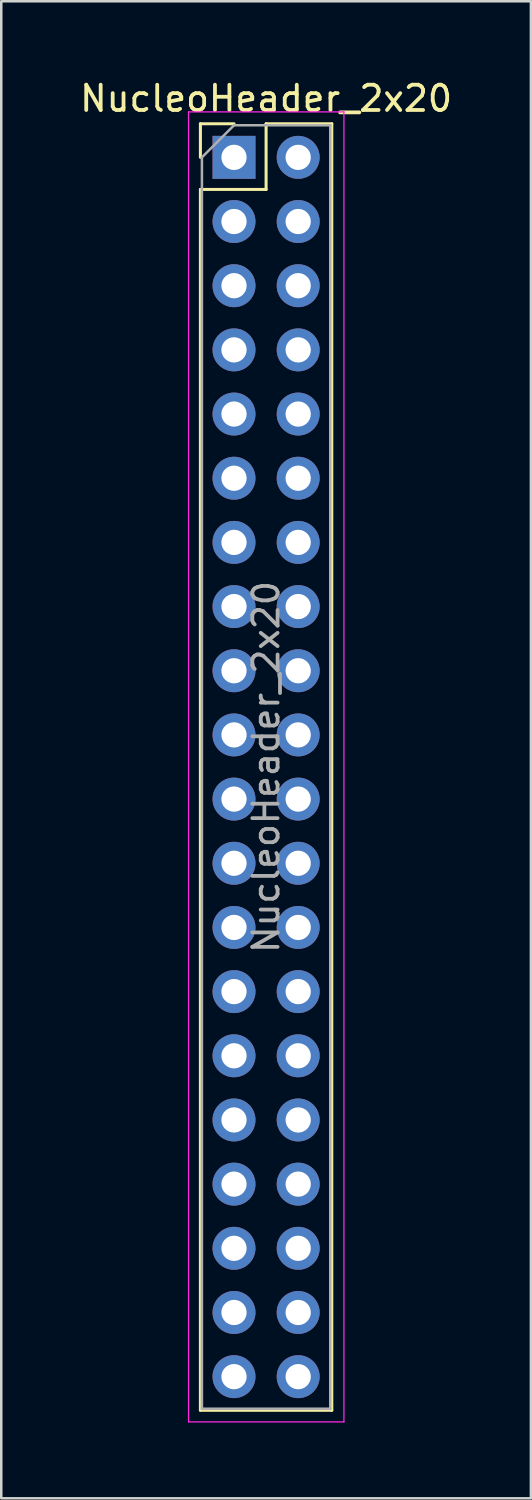
<source format=kicad_pcb>
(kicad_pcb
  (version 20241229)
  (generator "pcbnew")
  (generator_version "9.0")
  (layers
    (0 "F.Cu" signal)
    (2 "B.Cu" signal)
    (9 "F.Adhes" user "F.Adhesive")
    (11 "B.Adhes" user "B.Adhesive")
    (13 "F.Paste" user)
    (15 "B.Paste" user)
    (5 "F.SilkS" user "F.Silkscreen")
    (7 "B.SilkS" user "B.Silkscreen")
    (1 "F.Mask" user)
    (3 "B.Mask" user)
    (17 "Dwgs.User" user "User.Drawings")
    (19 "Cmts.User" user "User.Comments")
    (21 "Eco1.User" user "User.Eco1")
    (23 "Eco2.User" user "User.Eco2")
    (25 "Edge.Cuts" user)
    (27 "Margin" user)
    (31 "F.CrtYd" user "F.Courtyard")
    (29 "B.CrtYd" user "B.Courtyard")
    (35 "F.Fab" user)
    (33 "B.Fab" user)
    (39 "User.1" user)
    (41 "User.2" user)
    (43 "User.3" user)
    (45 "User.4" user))
  (footprint "NucleoHeader_2x20"
    (layer "F.Cu")
    (at 6.212 3.178)
    (property "Reference" "NucleoHeader_2x20" (at 1.27 -2.33 0) (layer "F.SilkS") (effects (font (size 1 1) (thickness 0.15))))
    (attr through_hole)
    (fp_line (start -1.33 -1.33) (end 0 -1.33) (stroke (width 0.12) (type solid)) (layer "F.SilkS"))
    (fp_line (start -1.33 0) (end -1.33 -1.33) (stroke (width 0.12) (type solid)) (layer "F.SilkS"))
    (fp_line (start -1.33 1.27) (end -1.33 49.59) (stroke (width 0.12) (type solid)) (layer "F.SilkS"))
    (fp_line (start -1.33 1.27) (end 1.27 1.27) (stroke (width 0.12) (type solid)) (layer "F.SilkS"))
    (fp_line (start -1.33 49.59) (end 3.87 49.59) (stroke (width 0.12) (type solid)) (layer "F.SilkS"))
    (fp_line (start 1.27 -1.33) (end 3.87 -1.33) (stroke (width 0.12) (type solid)) (layer "F.SilkS"))
    (fp_line (start 1.27 1.27) (end 1.27 -1.33) (stroke (width 0.12) (type solid)) (layer "F.SilkS"))
    (fp_line (start 3.87 -1.33) (end 3.87 49.59) (stroke (width 0.12) (type solid)) (layer "F.SilkS"))
    (fp_line (start -1.8 -1.8) (end -1.8 50.05) (stroke (width 0.05) (type solid)) (layer "F.CrtYd"))
    (fp_line (start -1.8 50.05) (end 4.35 50.05) (stroke (width 0.05) (type solid)) (layer "F.CrtYd"))
    (fp_line (start 4.35 -1.8) (end -1.8 -1.8) (stroke (width 0.05) (type solid)) (layer "F.CrtYd"))
    (fp_line (start 4.35 50.05) (end 4.35 -1.8) (stroke (width 0.05) (type solid)) (layer "F.CrtYd"))
    (fp_line (start -1.27 0) (end 0 -1.27) (stroke (width 0.1) (type solid)) (layer "F.Fab"))
    (fp_line (start -1.27 49.53) (end -1.27 0) (stroke (width 0.1) (type solid)) (layer "F.Fab"))
    (fp_line (start 0 -1.27) (end 3.81 -1.27) (stroke (width 0.1) (type solid)) (layer "F.Fab"))
    (fp_line (start 3.81 -1.27) (end 3.81 49.53) (stroke (width 0.1) (type solid)) (layer "F.Fab"))
    (fp_line (start 3.81 49.53) (end -1.27 49.53) (stroke (width 0.1) (type solid)) (layer "F.Fab"))
    (fp_text user "${REFERENCE}" (at 1.27 24.13 90) (layer "F.Fab") (effects (font (size 1 1) (thickness 0.15))))
    (pad "1" thru_hole rect (at 0 0) (size 1.7 1.7) (drill 1) (layers "*.Cu" "*.Mask"))
    (pad "2" thru_hole oval (at 0 2.54) (size 1.7 1.7) (drill 1) (layers "*.Cu" "*.Mask"))
    (pad "3" thru_hole oval (at 0 5.08) (size 1.7 1.7) (drill 1) (layers "*.Cu" "*.Mask"))
    (pad "4" thru_hole oval (at 0 7.62) (size 1.7 1.7) (drill 1) (layers "*.Cu" "*.Mask"))
    (pad "5" thru_hole oval (at 0 10.16) (size 1.7 1.7) (drill 1) (layers "*.Cu" "*.Mask"))
    (pad "6" thru_hole oval (at 0 12.7) (size 1.7 1.7) (drill 1) (layers "*.Cu" "*.Mask"))
    (pad "7" thru_hole oval (at 0 15.24) (size 1.7 1.7) (drill 1) (layers "*.Cu" "*.Mask"))
    (pad "8" thru_hole oval (at 0 17.78) (size 1.7 1.7) (drill 1) (layers "*.Cu" "*.Mask"))
    (pad "9" thru_hole oval (at 0 20.32) (size 1.7 1.7) (drill 1) (layers "*.Cu" "*.Mask"))
    (pad "10" thru_hole oval (at 0 22.86) (size 1.7 1.7) (drill 1) (layers "*.Cu" "*.Mask"))
    (pad "11" thru_hole oval (at 0 25.4) (size 1.7 1.7) (drill 1) (layers "*.Cu" "*.Mask"))
    (pad "12" thru_hole oval (at 0 27.94) (size 1.7 1.7) (drill 1) (layers "*.Cu" "*.Mask"))
    (pad "13" thru_hole oval (at 0 30.48) (size 1.7 1.7) (drill 1) (layers "*.Cu" "*.Mask"))
    (pad "14" thru_hole oval (at 0 33.02) (size 1.7 1.7) (drill 1) (layers "*.Cu" "*.Mask"))
    (pad "15" thru_hole oval (at 0 35.56) (size 1.7 1.7) (drill 1) (layers "*.Cu" "*.Mask"))
    (pad "16" thru_hole oval (at 0 38.1) (size 1.7 1.7) (drill 1) (layers "*.Cu" "*.Mask"))
    (pad "17" thru_hole oval (at 0 40.64) (size 1.7 1.7) (drill 1) (layers "*.Cu" "*.Mask"))
    (pad "18" thru_hole oval (at 0 43.18) (size 1.7 1.7) (drill 1) (layers "*.Cu" "*.Mask"))
    (pad "19" thru_hole oval (at 0 45.72) (size 1.7 1.7) (drill 1) (layers "*.Cu" "*.Mask"))
    (pad "20" thru_hole oval (at 0 48.26) (size 1.7 1.7) (drill 1) (layers "*.Cu" "*.Mask"))
    (pad "21" thru_hole oval (at 2.54 48.26) (size 1.7 1.7) (drill 1) (layers "*.Cu" "*.Mask"))
    (pad "22" thru_hole oval (at 2.54 45.72) (size 1.7 1.7) (drill 1) (layers "*.Cu" "*.Mask"))
    (pad "23" thru_hole oval (at 2.54 43.18) (size 1.7 1.7) (drill 1) (layers "*.Cu" "*.Mask"))
    (pad "24" thru_hole oval (at 2.54 40.64) (size 1.7 1.7) (drill 1) (layers "*.Cu" "*.Mask"))
    (pad "25" thru_hole oval (at 2.54 38.1) (size 1.7 1.7) (drill 1) (layers "*.Cu" "*.Mask"))
    (pad "26" thru_hole oval (at 2.54 35.56) (size 1.7 1.7) (drill 1) (layers "*.Cu" "*.Mask"))
    (pad "27" thru_hole oval (at 2.54 33.02) (size 1.7 1.7) (drill 1) (layers "*.Cu" "*.Mask"))
    (pad "28" thru_hole oval (at 2.54 30.48) (size 1.7 1.7) (drill 1) (layers "*.Cu" "*.Mask"))
    (pad "29" thru_hole oval (at 2.54 27.94) (size 1.7 1.7) (drill 1) (layers "*.Cu" "*.Mask"))
    (pad "30" thru_hole oval (at 2.54 25.4) (size 1.7 1.7) (drill 1) (layers "*.Cu" "*.Mask"))
    (pad "31" thru_hole oval (at 2.54 22.86) (size 1.7 1.7) (drill 1) (layers "*.Cu" "*.Mask"))
    (pad "32" thru_hole oval (at 2.54 20.32) (size 1.7 1.7) (drill 1) (layers "*.Cu" "*.Mask"))
    (pad "33" thru_hole oval (at 2.54 17.78) (size 1.7 1.7) (drill 1) (layers "*.Cu" "*.Mask"))
    (pad "34" thru_hole oval (at 2.54 15.24) (size 1.7 1.7) (drill 1) (layers "*.Cu" "*.Mask"))
    (pad "35" thru_hole oval (at 2.54 12.7) (size 1.7 1.7) (drill 1) (layers "*.Cu" "*.Mask"))
    (pad "36" thru_hole oval (at 2.54 10.16) (size 1.7 1.7) (drill 1) (layers "*.Cu" "*.Mask"))
    (pad "37" thru_hole oval (at 2.54 7.62) (size 1.7 1.7) (drill 1) (layers "*.Cu" "*.Mask"))
    (pad "38" thru_hole oval (at 2.54 5.08) (size 1.7 1.7) (drill 1) (layers "*.Cu" "*.Mask"))
    (pad "39" thru_hole oval (at 2.54 2.54) (size 1.7 1.7) (drill 1) (layers "*.Cu" "*.Mask"))
    (pad "40" thru_hole oval (at 2.54 0) (size 1.7 1.7) (drill 1) (layers "*.Cu" "*.Mask")))
  (gr_rect
    (start -3 -3)
    (end 17.964 56.253)
    (stroke (width 0.1) (type default))
    (fill no)
    (layer "Edge.Cuts")))
</source>
